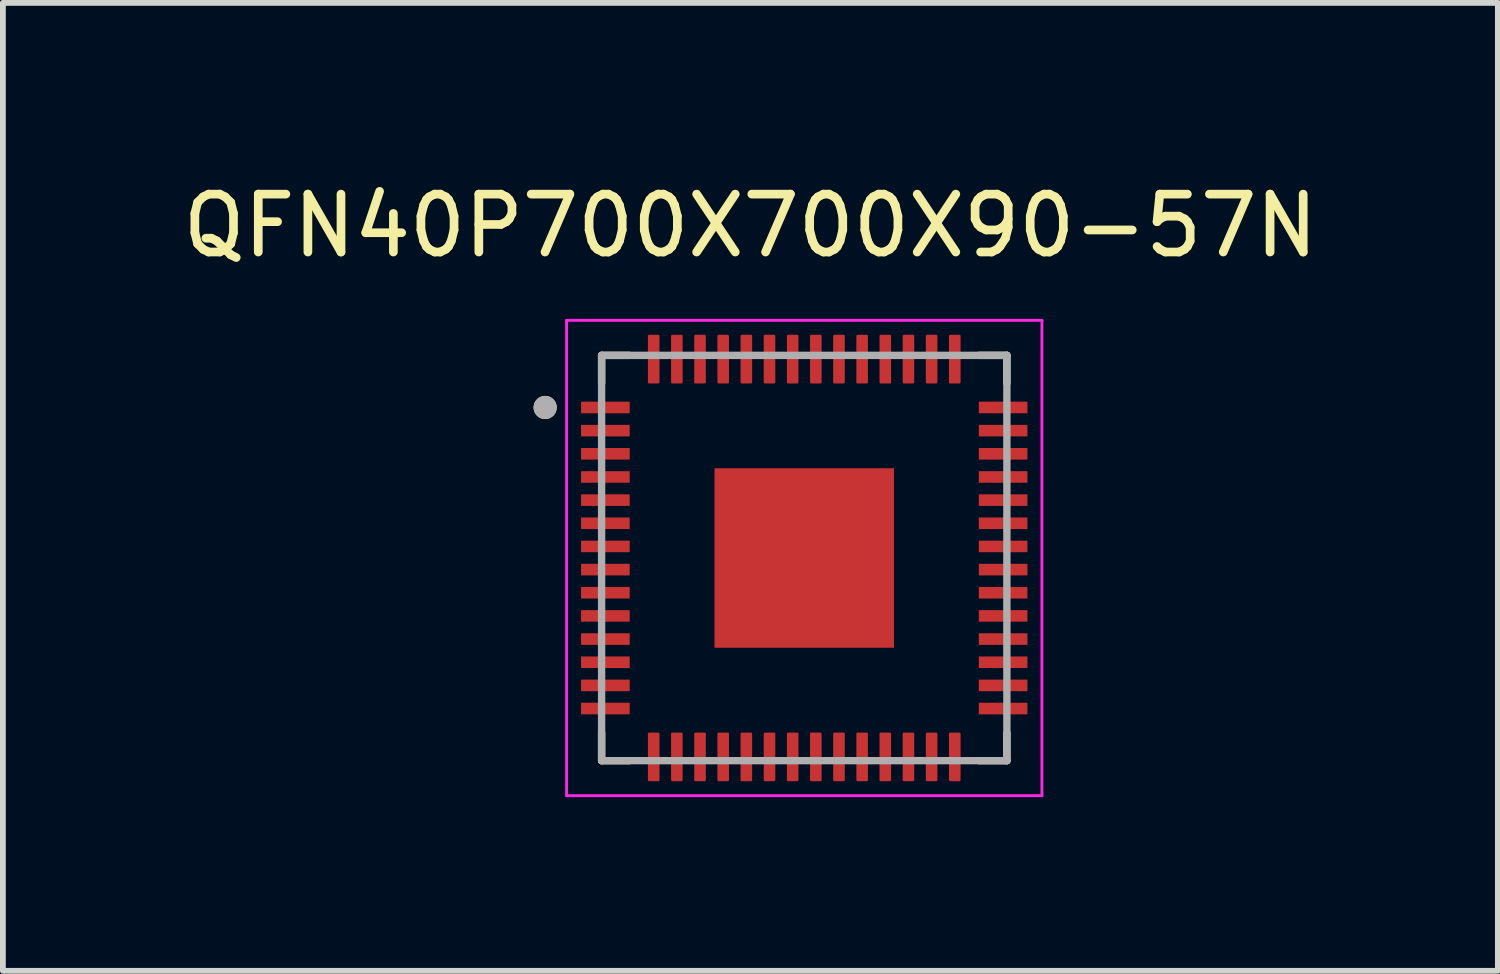
<source format=kicad_pcb>
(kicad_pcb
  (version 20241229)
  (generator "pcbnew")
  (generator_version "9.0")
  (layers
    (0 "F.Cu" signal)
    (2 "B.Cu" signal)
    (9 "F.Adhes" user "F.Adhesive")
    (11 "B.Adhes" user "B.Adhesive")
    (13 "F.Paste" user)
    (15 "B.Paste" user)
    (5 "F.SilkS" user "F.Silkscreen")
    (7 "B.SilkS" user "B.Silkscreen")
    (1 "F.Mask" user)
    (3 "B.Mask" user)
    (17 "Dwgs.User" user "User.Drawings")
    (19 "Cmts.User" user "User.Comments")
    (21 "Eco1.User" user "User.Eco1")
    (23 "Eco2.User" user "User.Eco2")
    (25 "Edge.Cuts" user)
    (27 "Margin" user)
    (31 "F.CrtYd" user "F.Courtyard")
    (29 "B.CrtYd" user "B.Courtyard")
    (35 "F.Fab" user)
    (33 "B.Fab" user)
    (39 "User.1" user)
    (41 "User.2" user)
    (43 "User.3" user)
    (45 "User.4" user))
  (footprint "QFN40P700X700X90-57N"
    (layer "F.Cu")
    (at 10.841 6.588)
    (property "Reference" "QFN40P700X700X90-57N" (at -0.93 -5.74 0) (layer "F.SilkS") (effects (font (size 1 1) (thickness 0.15))))
    (attr smd)
    (fp_line (start -3.5 -3.5) (end -3.5 -3.02) (stroke (width 0.127) (type solid)) (layer "F.SilkS"))
    (fp_line (start -3.5 -3.5) (end -3.02 -3.5) (stroke (width 0.127) (type solid)) (layer "F.SilkS"))
    (fp_line (start -3.5 3.5) (end -3.5 3.02) (stroke (width 0.127) (type solid)) (layer "F.SilkS"))
    (fp_line (start -3.5 3.5) (end -3.02 3.5) (stroke (width 0.127) (type solid)) (layer "F.SilkS"))
    (fp_line (start 3.5 -3.5) (end 3.02 -3.5) (stroke (width 0.127) (type solid)) (layer "F.SilkS"))
    (fp_line (start 3.5 -3.5) (end 3.5 -3.02) (stroke (width 0.127) (type solid)) (layer "F.SilkS"))
    (fp_line (start 3.5 3.5) (end 3.02 3.5) (stroke (width 0.127) (type solid)) (layer "F.SilkS"))
    (fp_line (start 3.5 3.5) (end 3.5 3.02) (stroke (width 0.127) (type solid)) (layer "F.SilkS"))
    (fp_circle (center -4.475 -2.6) (end -4.375 -2.6) (stroke (width 0.2) (type solid)) (fill no) (layer "F.SilkS"))
    (fp_poly (pts (xy -0.98 -0.98) (xy 0.98 -0.98) (xy 0.98 0.98) (xy -0.98 0.98)) (stroke (width 0.01) (type solid)) (fill yes) (layer "F.Paste"))
    (fp_line (start -4.105 -4.105) (end 4.105 -4.105) (stroke (width 0.05) (type solid)) (layer "F.CrtYd"))
    (fp_line (start -4.105 4.105) (end -4.105 -4.105) (stroke (width 0.05) (type solid)) (layer "F.CrtYd"))
    (fp_line (start -4.105 4.105) (end 4.105 4.105) (stroke (width 0.05) (type solid)) (layer "F.CrtYd"))
    (fp_line (start 4.105 4.105) (end 4.105 -4.105) (stroke (width 0.05) (type solid)) (layer "F.CrtYd"))
    (fp_line (start -3.5 3.5) (end -3.5 -3.5) (stroke (width 0.127) (type solid)) (layer "F.Fab"))
    (fp_line (start 3.5 -3.5) (end -3.5 -3.5) (stroke (width 0.127) (type solid)) (layer "F.Fab"))
    (fp_line (start 3.5 3.5) (end -3.5 3.5) (stroke (width 0.127) (type solid)) (layer "F.Fab"))
    (fp_line (start 3.5 3.5) (end 3.5 -3.5) (stroke (width 0.127) (type solid)) (layer "F.Fab"))
    (fp_circle (center -4.475 -2.6) (end -4.375 -2.6) (stroke (width 0.2) (type solid)) (fill no) (layer "F.Fab"))
    (pad "1" smd roundrect (at -3.435 -2.6) (size 0.84 0.2) (layers "F.Cu" "F.Mask" "F.Paste") (roundrect_rratio 0.03))
    (pad "2" smd roundrect (at -3.435 -2.2) (size 0.84 0.2) (layers "F.Cu" "F.Mask" "F.Paste") (roundrect_rratio 0.03))
    (pad "3" smd roundrect (at -3.435 -1.8) (size 0.84 0.2) (layers "F.Cu" "F.Mask" "F.Paste") (roundrect_rratio 0.03))
    (pad "4" smd roundrect (at -3.435 -1.4) (size 0.84 0.2) (layers "F.Cu" "F.Mask" "F.Paste") (roundrect_rratio 0.03))
    (pad "5" smd roundrect (at -3.435 -1) (size 0.84 0.2) (layers "F.Cu" "F.Mask" "F.Paste") (roundrect_rratio 0.03))
    (pad "6" smd roundrect (at -3.435 -0.6) (size 0.84 0.2) (layers "F.Cu" "F.Mask" "F.Paste") (roundrect_rratio 0.03))
    (pad "7" smd roundrect (at -3.435 -0.2) (size 0.84 0.2) (layers "F.Cu" "F.Mask" "F.Paste") (roundrect_rratio 0.03))
    (pad "8" smd roundrect (at -3.435 0.2) (size 0.84 0.2) (layers "F.Cu" "F.Mask" "F.Paste") (roundrect_rratio 0.03))
    (pad "9" smd roundrect (at -3.435 0.6) (size 0.84 0.2) (layers "F.Cu" "F.Mask" "F.Paste") (roundrect_rratio 0.03))
    (pad "10" smd roundrect (at -3.435 1) (size 0.84 0.2) (layers "F.Cu" "F.Mask" "F.Paste") (roundrect_rratio 0.03))
    (pad "11" smd roundrect (at -3.435 1.4) (size 0.84 0.2) (layers "F.Cu" "F.Mask" "F.Paste") (roundrect_rratio 0.03))
    (pad "12" smd roundrect (at -3.435 1.8) (size 0.84 0.2) (layers "F.Cu" "F.Mask" "F.Paste") (roundrect_rratio 0.03))
    (pad "13" smd roundrect (at -3.435 2.2) (size 0.84 0.2) (layers "F.Cu" "F.Mask" "F.Paste") (roundrect_rratio 0.03))
    (pad "14" smd roundrect (at -3.435 2.6) (size 0.84 0.2) (layers "F.Cu" "F.Mask" "F.Paste") (roundrect_rratio 0.03))
    (pad "15" smd roundrect (at -2.6 3.435) (size 0.2 0.84) (layers "F.Cu" "F.Mask" "F.Paste") (roundrect_rratio 0.1))
    (pad "16" smd roundrect (at -2.2 3.435) (size 0.2 0.84) (layers "F.Cu" "F.Mask" "F.Paste") (roundrect_rratio 0.1))
    (pad "17" smd roundrect (at -1.8 3.435) (size 0.2 0.84) (layers "F.Cu" "F.Mask" "F.Paste") (roundrect_rratio 0.1))
    (pad "18" smd roundrect (at -1.4 3.435) (size 0.2 0.84) (layers "F.Cu" "F.Mask" "F.Paste") (roundrect_rratio 0.1))
    (pad "19" smd roundrect (at -1 3.435) (size 0.2 0.84) (layers "F.Cu" "F.Mask" "F.Paste") (roundrect_rratio 0.1))
    (pad "20" smd roundrect (at -0.6 3.435) (size 0.2 0.84) (layers "F.Cu" "F.Mask" "F.Paste") (roundrect_rratio 0.1))
    (pad "21" smd roundrect (at -0.2 3.435) (size 0.2 0.84) (layers "F.Cu" "F.Mask" "F.Paste") (roundrect_rratio 0.1))
    (pad "22" smd roundrect (at 0.2 3.435) (size 0.2 0.84) (layers "F.Cu" "F.Mask" "F.Paste") (roundrect_rratio 0.1))
    (pad "23" smd roundrect (at 0.6 3.435) (size 0.2 0.84) (layers "F.Cu" "F.Mask" "F.Paste") (roundrect_rratio 0.1))
    (pad "24" smd roundrect (at 1 3.435) (size 0.2 0.84) (layers "F.Cu" "F.Mask" "F.Paste") (roundrect_rratio 0.1))
    (pad "25" smd roundrect (at 1.4 3.435) (size 0.2 0.84) (layers "F.Cu" "F.Mask" "F.Paste") (roundrect_rratio 0.1))
    (pad "26" smd roundrect (at 1.8 3.435) (size 0.2 0.84) (layers "F.Cu" "F.Mask" "F.Paste") (roundrect_rratio 0.1))
    (pad "27" smd roundrect (at 2.2 3.435) (size 0.2 0.84) (layers "F.Cu" "F.Mask" "F.Paste") (roundrect_rratio 0.1))
    (pad "28" smd roundrect (at 2.6 3.435) (size 0.2 0.84) (layers "F.Cu" "F.Mask" "F.Paste") (roundrect_rratio 0.1))
    (pad "29" smd roundrect (at 3.435 2.6) (size 0.84 0.2) (layers "F.Cu" "F.Mask" "F.Paste") (roundrect_rratio 0.03))
    (pad "30" smd roundrect (at 3.435 2.2) (size 0.84 0.2) (layers "F.Cu" "F.Mask" "F.Paste") (roundrect_rratio 0.03))
    (pad "31" smd roundrect (at 3.435 1.8) (size 0.84 0.2) (layers "F.Cu" "F.Mask" "F.Paste") (roundrect_rratio 0.03))
    (pad "32" smd roundrect (at 3.435 1.4) (size 0.84 0.2) (layers "F.Cu" "F.Mask" "F.Paste") (roundrect_rratio 0.03))
    (pad "33" smd roundrect (at 3.435 1) (size 0.84 0.2) (layers "F.Cu" "F.Mask" "F.Paste") (roundrect_rratio 0.03))
    (pad "34" smd roundrect (at 3.435 0.6) (size 0.84 0.2) (layers "F.Cu" "F.Mask" "F.Paste") (roundrect_rratio 0.03))
    (pad "35" smd roundrect (at 3.435 0.2) (size 0.84 0.2) (layers "F.Cu" "F.Mask" "F.Paste") (roundrect_rratio 0.03))
    (pad "36" smd roundrect (at 3.435 -0.2) (size 0.84 0.2) (layers "F.Cu" "F.Mask" "F.Paste") (roundrect_rratio 0.03))
    (pad "37" smd roundrect (at 3.435 -0.6) (size 0.84 0.2) (layers "F.Cu" "F.Mask" "F.Paste") (roundrect_rratio 0.03))
    (pad "38" smd roundrect (at 3.435 -1) (size 0.84 0.2) (layers "F.Cu" "F.Mask" "F.Paste") (roundrect_rratio 0.03))
    (pad "39" smd roundrect (at 3.435 -1.4) (size 0.84 0.2) (layers "F.Cu" "F.Mask" "F.Paste") (roundrect_rratio 0.03))
    (pad "40" smd roundrect (at 3.435 -1.8) (size 0.84 0.2) (layers "F.Cu" "F.Mask" "F.Paste") (roundrect_rratio 0.03))
    (pad "41" smd roundrect (at 3.435 -2.2) (size 0.84 0.2) (layers "F.Cu" "F.Mask" "F.Paste") (roundrect_rratio 0.03))
    (pad "42" smd roundrect (at 3.435 -2.6) (size 0.84 0.2) (layers "F.Cu" "F.Mask" "F.Paste") (roundrect_rratio 0.03))
    (pad "43" smd roundrect (at 2.6 -3.435) (size 0.2 0.84) (layers "F.Cu" "F.Mask" "F.Paste") (roundrect_rratio 0.1))
    (pad "44" smd roundrect (at 2.2 -3.435) (size 0.2 0.84) (layers "F.Cu" "F.Mask" "F.Paste") (roundrect_rratio 0.1))
    (pad "45" smd roundrect (at 1.8 -3.435) (size 0.2 0.84) (layers "F.Cu" "F.Mask" "F.Paste") (roundrect_rratio 0.1))
    (pad "46" smd roundrect (at 1.4 -3.435) (size 0.2 0.84) (layers "F.Cu" "F.Mask" "F.Paste") (roundrect_rratio 0.1))
    (pad "47" smd roundrect (at 1 -3.435) (size 0.2 0.84) (layers "F.Cu" "F.Mask" "F.Paste") (roundrect_rratio 0.1))
    (pad "48" smd roundrect (at 0.6 -3.435) (size 0.2 0.84) (layers "F.Cu" "F.Mask" "F.Paste") (roundrect_rratio 0.1))
    (pad "49" smd roundrect (at 0.2 -3.435) (size 0.2 0.84) (layers "F.Cu" "F.Mask" "F.Paste") (roundrect_rratio 0.1))
    (pad "50" smd roundrect (at -0.2 -3.435) (size 0.2 0.84) (layers "F.Cu" "F.Mask" "F.Paste") (roundrect_rratio 0.1))
    (pad "51" smd roundrect (at -0.6 -3.435) (size 0.2 0.84) (layers "F.Cu" "F.Mask" "F.Paste") (roundrect_rratio 0.1))
    (pad "52" smd roundrect (at -1 -3.435) (size 0.2 0.84) (layers "F.Cu" "F.Mask" "F.Paste") (roundrect_rratio 0.1))
    (pad "53" smd roundrect (at -1.4 -3.435) (size 0.2 0.84) (layers "F.Cu" "F.Mask" "F.Paste") (roundrect_rratio 0.1))
    (pad "54" smd roundrect (at -1.8 -3.435) (size 0.2 0.84) (layers "F.Cu" "F.Mask" "F.Paste") (roundrect_rratio 0.1))
    (pad "55" smd roundrect (at -2.2 -3.435) (size 0.2 0.84) (layers "F.Cu" "F.Mask" "F.Paste") (roundrect_rratio 0.1))
    (pad "56" smd roundrect (at -2.6 -3.435) (size 0.2 0.84) (layers "F.Cu" "F.Mask" "F.Paste") (roundrect_rratio 0.1))
    (pad "57" smd rect (at 0 0) (size 3.1 3.1) (layers "F.Cu" "F.Mask")))
  (gr_rect
    (start -3 -3)
    (end 22.821 13.718)
    (stroke (width 0.1) (type default))
    (fill no)
    (layer "Edge.Cuts")))
</source>
